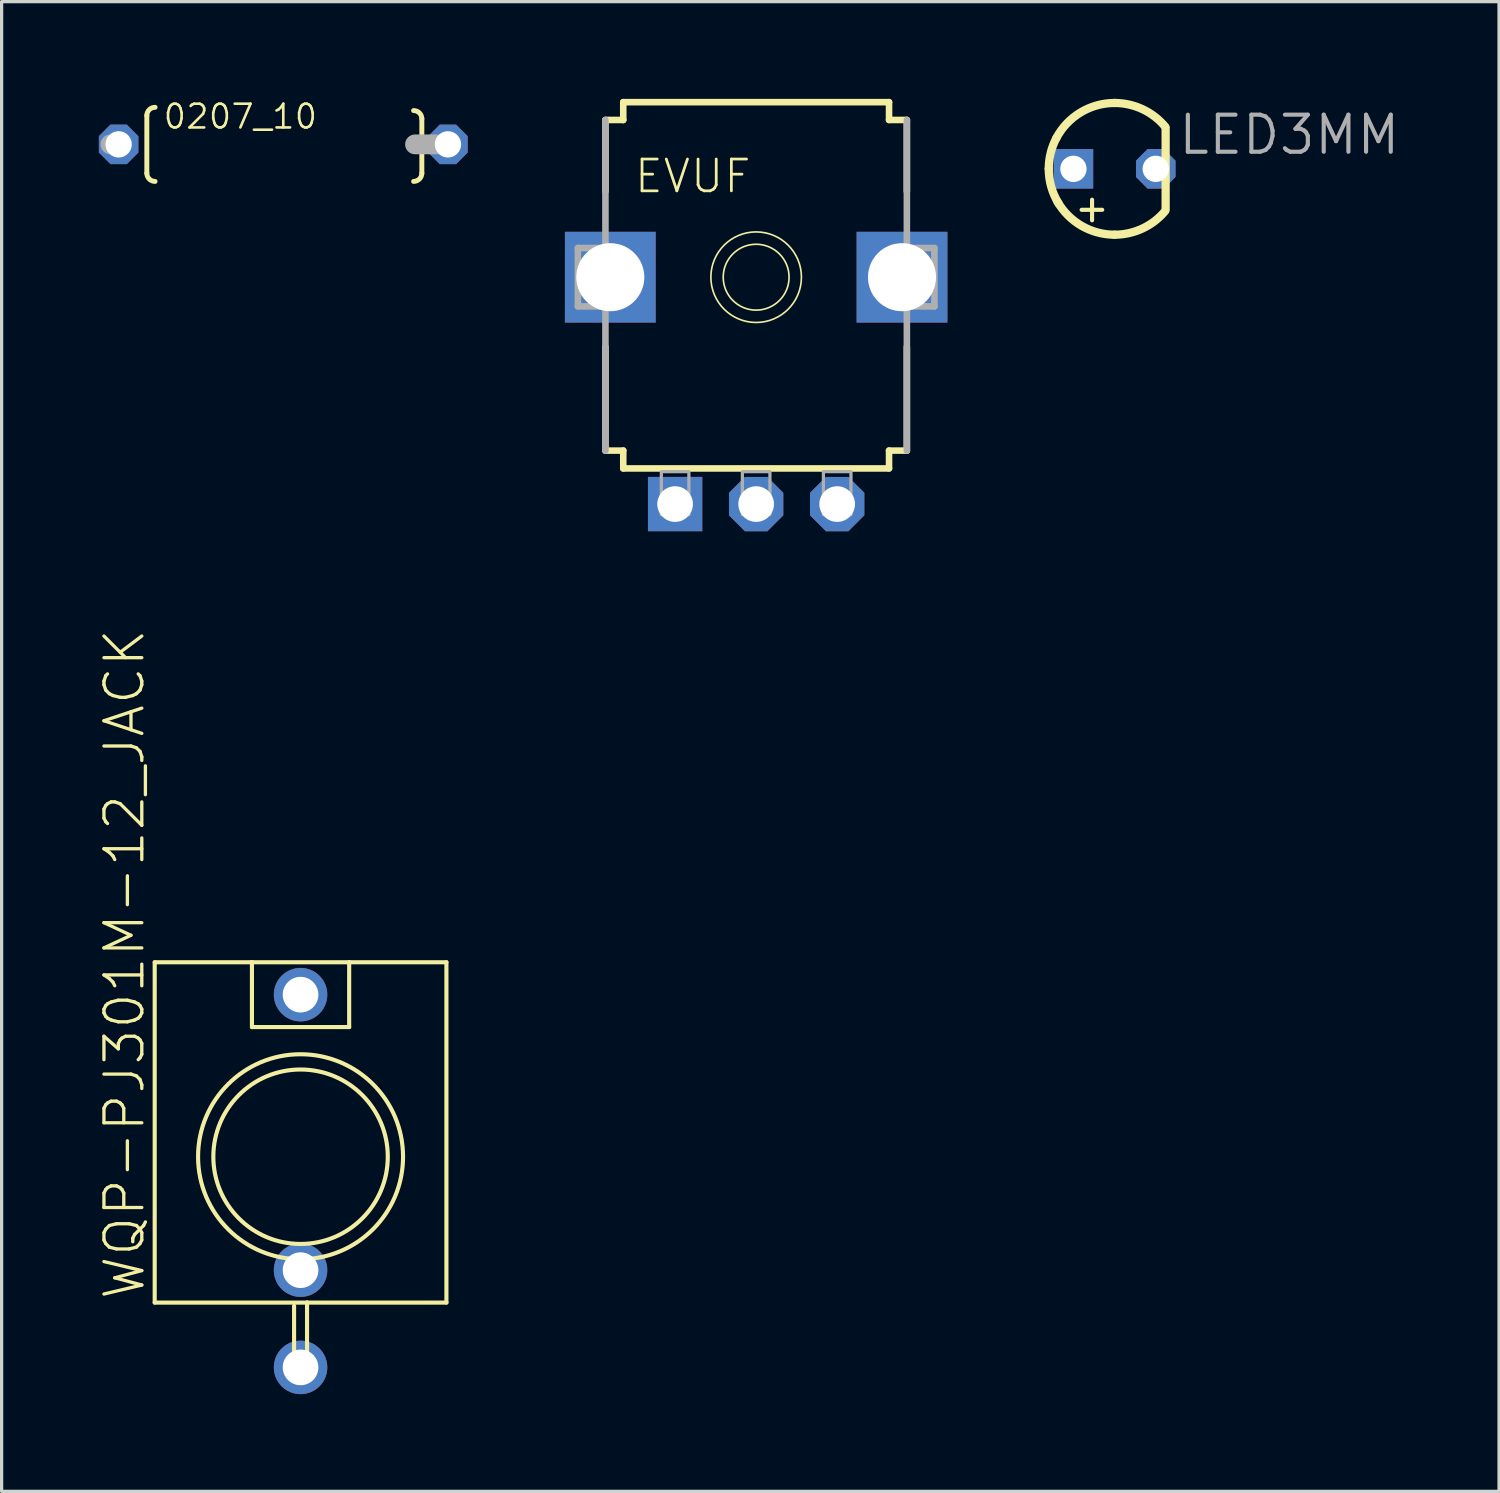
<source format=kicad_pcb>
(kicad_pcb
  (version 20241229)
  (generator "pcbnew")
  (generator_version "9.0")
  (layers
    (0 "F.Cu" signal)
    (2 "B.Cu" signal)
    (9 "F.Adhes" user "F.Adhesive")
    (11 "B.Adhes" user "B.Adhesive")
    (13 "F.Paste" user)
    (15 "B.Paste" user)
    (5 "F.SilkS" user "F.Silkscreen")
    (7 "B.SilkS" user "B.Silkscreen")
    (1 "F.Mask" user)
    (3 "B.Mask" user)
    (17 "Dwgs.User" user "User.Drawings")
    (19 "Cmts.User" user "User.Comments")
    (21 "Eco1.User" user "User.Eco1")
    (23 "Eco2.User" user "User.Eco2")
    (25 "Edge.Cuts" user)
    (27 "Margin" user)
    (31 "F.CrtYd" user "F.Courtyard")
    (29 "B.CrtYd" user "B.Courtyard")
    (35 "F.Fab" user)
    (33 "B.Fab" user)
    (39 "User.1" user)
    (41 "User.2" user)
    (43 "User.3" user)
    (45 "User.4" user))
  (footprint "0207_10"
    (layer "F.Cu")
    (at 5.69 1.404)
    (property "Reference" "0207_10" (at -3.748 -0.429 0) (layer "F.SilkS") (effects (font (size 0.732 0.732) (thickness 0.081)) (justify left bottom)))
    (fp_line (start -4.21 0.889) (end -4.21 -0.889) (stroke (width 0.152) (type solid)) (layer "F.SilkS"))
    (fp_line (start 4.275 0.889) (end 4.275 -0.789) (stroke (width 0.152) (type solid)) (layer "F.SilkS"))
    (fp_arc (start -4.21 -0.889) (mid -4.135605 -1.068605) (end -3.956 -1.143) (stroke (width 0.1524) (type solid)) (layer "F.SilkS"))
    (fp_arc (start -3.956 1.143) (mid -4.135605 1.068605) (end -4.21 0.889) (stroke (width 0.1524) (type solid)) (layer "F.SilkS"))
    (fp_arc (start 4.021 -1.043) (mid 4.200605 -0.968605) (end 4.275 -0.789) (stroke (width 0.1524) (type solid)) (layer "F.SilkS"))
    (fp_arc (start 4.275 0.889) (mid 4.200605 1.068605) (end 4.021 1.143) (stroke (width 0.1524) (type solid)) (layer "F.SilkS"))
    (fp_line (start -5.08 0) (end -5.334 0) (stroke (width 0.61) (type solid)) (layer "F.Fab"))
    (fp_line (start 5.08 0) (end 4.064 0) (stroke (width 0.61) (type solid)) (layer "F.Fab"))
    (pad "1" thru_hole roundrect (at -5.08 0) (size 1.219 1.219) (drill 0.813) (layers "*.Cu" "*.Mask") (roundrect_rratio 0.25) (chamfer_ratio 0.293) (chamfer top_left top_right bottom_left bottom_right))
    (pad "2" thru_hole roundrect (at 5.08 0) (size 1.219 1.219) (drill 0.813) (layers "*.Cu" "*.Mask") (roundrect_rratio 0.25) (chamfer_ratio 0.293) (chamfer top_left top_right bottom_left bottom_right)))
  (footprint "LED3MM"
    (layer "F.Cu")
    (at 31.338 2.159)
    (property "Reference" "LED3MM" (at 1.905 -0.381 0) (layer "F.Fab") (effects (font (size 1.143 1.143) (thickness 0.127)) (justify left bottom)))
    (fp_line (start -0.695 1.588) (end -0.695 0.953) (stroke (width 0.127) (type solid)) (layer "F.SilkS"))
    (fp_line (start -0.382 1.264) (end -1.017 1.264) (stroke (width 0.127) (type solid)) (layer "F.SilkS"))
    (fp_line (start 1.575 1.27) (end 1.575 -1.27) (stroke (width 0.254) (type solid)) (layer "F.SilkS"))
    (fp_arc (start -2.032 0) (mid -1.970339 -0.496775) (end -1.7891 -0.9634) (stroke (width 0.254) (type solid)) (layer "F.SilkS"))
    (fp_arc (start -1.7929 -0.9562) (mid -1.045438 -1.7424) (end 0 -2.032) (stroke (width 0.254) (type solid)) (layer "F.SilkS"))
    (fp_arc (start -1.7306 1.065) (mid -1.95521 0.553417) (end -2.032 0) (stroke (width 0.254) (type solid)) (layer "F.SilkS"))
    (fp_arc (start 0 -2.032) (mid 0.861864 -1.840173) (end 1.561 -1.3009) (stroke (width 0.254) (type solid)) (layer "F.SilkS"))
    (fp_arc (start 0 2.032) (mid -1.019924 1.757525) (end -1.7643 1.0082) (stroke (width 0.254) (type solid)) (layer "F.SilkS"))
    (fp_arc (start 1.5512 1.3126) (mid 0.854953 1.843405) (end 0 2.032) (stroke (width 0.254) (type solid)) (layer "F.SilkS"))
    (pad "A" thru_hole rect (at -1.27 0) (size 1.219 1.219) (drill 0.813) (layers "*.Cu" "*.Mask"))
    (pad "K" thru_hole roundrect (at 1.27 0) (size 1.219 1.219) (drill 0.813) (layers "*.Cu" "*.Mask") (roundrect_rratio 0.25) (chamfer_ratio 0.293) (chamfer top_left top_right bottom_left bottom_right)))
  (footprint "WQP-PJ301M-12_JACK"
    (layer "F.Cu")
    (at 6.223 32.638)
    (property "Reference" "WQP-PJ301M-12_JACK" (at -4.75 4.47 90) (layer "F.SilkS") (effects (font (size 1.168 1.168) (thickness 0.102)) (justify left bottom)))
    (fp_line (start -4.5 -6) (end -4.5 4.5) (stroke (width 0.127) (type solid)) (layer "F.SilkS"))
    (fp_line (start -4.5 -6) (end -1.5 -6) (stroke (width 0.127) (type solid)) (layer "F.SilkS"))
    (fp_line (start -4.5 4.5) (end 0.2 4.5) (stroke (width 0.127) (type solid)) (layer "F.SilkS"))
    (fp_line (start -1.5 -6) (end -1.5 -4) (stroke (width 0.127) (type solid)) (layer "F.SilkS"))
    (fp_line (start -1.5 -6) (end 1.5 -6) (stroke (width 0.127) (type solid)) (layer "F.SilkS"))
    (fp_line (start -1.5 -4) (end 1.5 -4) (stroke (width 0.127) (type solid)) (layer "F.SilkS"))
    (fp_line (start -0.2 4.6) (end -0.2 6.7) (stroke (width 0.127) (type solid)) (layer "F.SilkS"))
    (fp_line (start -0.2 6.7) (end 0.2 6.7) (stroke (width 0.127) (type solid)) (layer "F.SilkS"))
    (fp_line (start 0.2 4.5) (end 4.5 4.5) (stroke (width 0.127) (type solid)) (layer "F.SilkS"))
    (fp_line (start 0.2 6.7) (end 0.2 4.5) (stroke (width 0.127) (type solid)) (layer "F.SilkS"))
    (fp_line (start 1.5 -6) (end 4.5 -6) (stroke (width 0.127) (type solid)) (layer "F.SilkS"))
    (fp_line (start 1.5 -4) (end 1.5 -6) (stroke (width 0.127) (type solid)) (layer "F.SilkS"))
    (fp_line (start 4.5 4.5) (end 4.5 -6) (stroke (width 0.127) (type solid)) (layer "F.SilkS"))
    (fp_circle (center 0 0) (end 2.691 0) (stroke (width 0.127) (type solid)) (fill no) (layer "F.SilkS"))
    (fp_circle (center 0 0) (end 3.162 0) (stroke (width 0.127) (type solid)) (fill no) (layer "F.SilkS"))
    (pad "P$1" thru_hole circle (at 0 -5) (size 1.65 1.65) (drill 1.1) (layers "*.Cu" "*.Mask"))
    (pad "P$2" thru_hole circle (at 0 3.5) (size 1.65 1.65) (drill 1.1) (layers "*.Cu" "*.Mask"))
    (pad "P$3" thru_hole circle (at 0 6.5) (size 1.65 1.65) (drill 1.1) (layers "*.Cu" "*.Mask"))
    (zone (net_name "") (layer "F.Cu") (hatch edge 0.5) (connect_pads) (min_thickness 0.25) (filled_areas_thickness no) (keepout (tracks not_allowed) (vias not_allowed) (pads not_allowed) (copperpour not_allowed) (footprints allowed)) (placement (enabled no)) (fill) (polygon (pts (xy 3.423 35.438) (xy 9.023 35.438) (xy 9.023 29.838) (xy 3.423 29.838)))))
  (footprint "EVUF"
    (layer "F.Cu")
    (at 20.279 5.502)
    (property "Reference" "EVUF" (at -3.81 -2.54 0) (layer "F.SilkS") (effects (font (size 0.981 0.981) (thickness 0.085)) (justify left bottom)))
    (fp_line (start -4.65 -2.65) (end -4.65 -4.85) (stroke (width 0.203) (type solid)) (layer "F.SilkS"))
    (fp_line (start -4.65 5.35) (end -4.65 2.15) (stroke (width 0.203) (type solid)) (layer "F.SilkS"))
    (fp_line (start -4.65 5.35) (end -4.1 5.35) (stroke (width 0.203) (type solid)) (layer "F.SilkS"))
    (fp_line (start -4.1 -5.4) (end -4.1 -4.85) (stroke (width 0.203) (type solid)) (layer "F.SilkS"))
    (fp_line (start -4.1 -5.4) (end 4.1 -5.4) (stroke (width 0.203) (type solid)) (layer "F.SilkS"))
    (fp_line (start -4.1 -4.85) (end -4.65 -4.85) (stroke (width 0.203) (type solid)) (layer "F.SilkS"))
    (fp_line (start -4.1 5.35) (end -4.1 5.9) (stroke (width 0.203) (type solid)) (layer "F.SilkS"))
    (fp_line (start 4.1 -4.85) (end 4.1 -5.4) (stroke (width 0.203) (type solid)) (layer "F.SilkS"))
    (fp_line (start 4.1 5.35) (end 4.65 5.35) (stroke (width 0.203) (type solid)) (layer "F.SilkS"))
    (fp_line (start 4.1 5.9) (end -4.1 5.9) (stroke (width 0.203) (type solid)) (layer "F.SilkS"))
    (fp_line (start 4.1 5.9) (end 4.1 5.35) (stroke (width 0.203) (type solid)) (layer "F.SilkS"))
    (fp_line (start 4.65 -4.85) (end 4.1 -4.85) (stroke (width 0.203) (type solid)) (layer "F.SilkS"))
    (fp_line (start 4.65 -4.85) (end 4.65 -2.65) (stroke (width 0.203) (type solid)) (layer "F.SilkS"))
    (fp_line (start 4.65 2.15) (end 4.65 5.35) (stroke (width 0.203) (type solid)) (layer "F.SilkS"))
    (fp_circle (center 0 0) (end 1.016 0) (stroke (width 0.051) (type solid)) (fill no) (layer "F.SilkS"))
    (fp_circle (center 0 0) (end 1.397 0) (stroke (width 0.051) (type solid)) (fill no) (layer "F.SilkS"))
    (fp_line (start -5.5 -0.9) (end -5.5 0.9) (stroke (width 0.203) (type solid)) (layer "F.Fab"))
    (fp_line (start -5.5 0.9) (end -4.75 0.9) (stroke (width 0.203) (type solid)) (layer "F.Fab"))
    (fp_line (start -4.75 -0.9) (end -5.5 -0.9) (stroke (width 0.203) (type solid)) (layer "F.Fab"))
    (fp_line (start -4.65 5.35) (end -4.65 -4.85) (stroke (width 0.203) (type solid)) (layer "F.Fab"))
    (fp_line (start 4.65 -4.85) (end 4.65 5.35) (stroke (width 0.203) (type solid)) (layer "F.Fab"))
    (fp_line (start 4.75 0.9) (end 5.5 0.9) (stroke (width 0.203) (type solid)) (layer "F.Fab"))
    (fp_line (start 5.5 -0.9) (end 4.75 -0.9) (stroke (width 0.203) (type solid)) (layer "F.Fab"))
    (fp_line (start 5.5 0.9) (end 5.5 -0.9) (stroke (width 0.203) (type solid)) (layer "F.Fab"))
    (fp_poly (pts (xy -2.925 7.325) (xy -2.075 7.325) (xy -2.075 6) (xy -2.925 6)) (stroke (width 0.1) (type default)) (fill no) (layer "F.Fab"))
    (fp_poly (pts (xy -0.425 7.325) (xy 0.425 7.325) (xy 0.425 6) (xy -0.425 6)) (stroke (width 0.1) (type default)) (fill no) (layer "F.Fab"))
    (fp_poly (pts (xy 2.075 7.325) (xy 2.925 7.325) (xy 2.925 6) (xy 2.075 6)) (stroke (width 0.1) (type default)) (fill no) (layer "F.Fab"))
    (pad "1" thru_hole rect (at -2.5 7 270) (size 1.676 1.676) (drill 1.1) (layers "*.Cu" "*.Mask"))
    (pad "2" thru_hole roundrect (at 0 7 270) (size 1.676 1.676) (drill 1.1) (layers "*.Cu" "*.Mask") (roundrect_rratio 0.25) (chamfer_ratio 0.293) (chamfer top_left top_right bottom_left bottom_right))
    (pad "3" thru_hole roundrect (at 2.5 7 270) (size 1.676 1.676) (drill 1.1) (layers "*.Cu" "*.Mask") (roundrect_rratio 0.25) (chamfer_ratio 0.293) (chamfer top_left top_right bottom_left bottom_right))
    (pad "M1" thru_hole rect (at 4.5 0 270) (size 2.8 2.8) (drill 2.1) (layers "*.Cu" "*.Mask"))
    (pad "M2" thru_hole rect (at -4.5 0 270) (size 2.8 2.8) (drill 2.1) (layers "*.Cu" "*.Mask")))
  (gr_rect
    (start -3 -3)
    (end 43.199 42.963)
    (stroke (width 0.1) (type default))
    (fill no)
    (layer "Edge.Cuts")))
</source>
